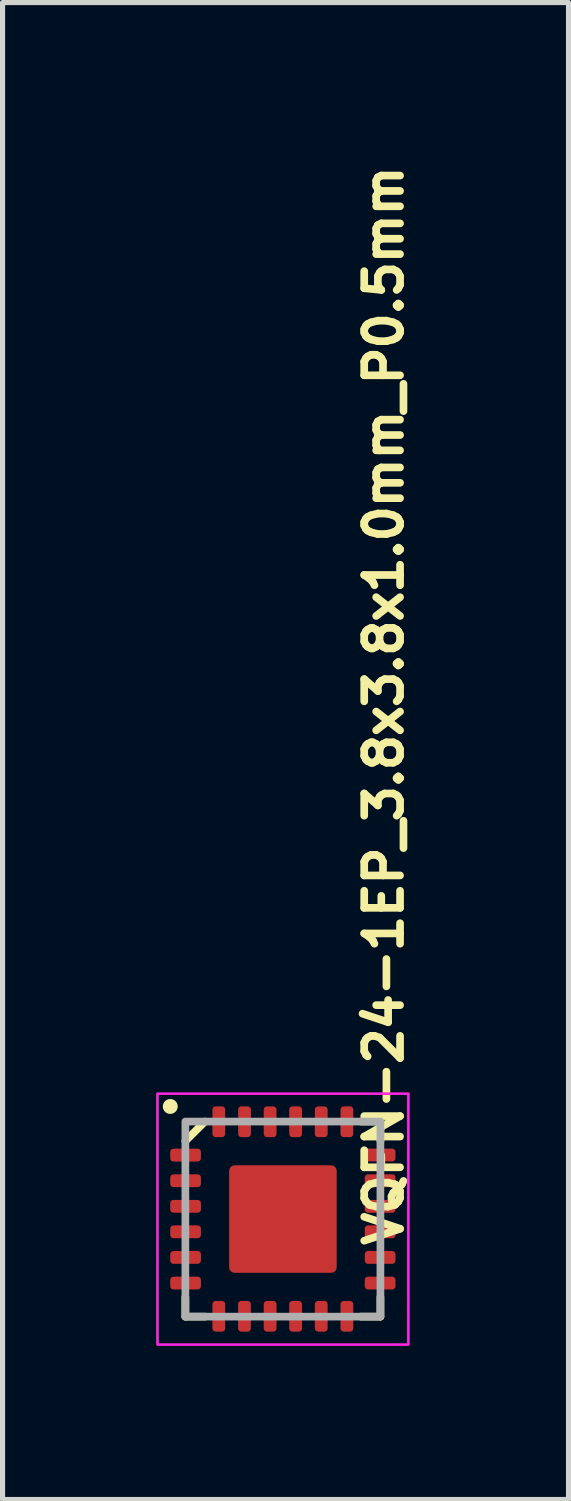
<source format=kicad_pcb>
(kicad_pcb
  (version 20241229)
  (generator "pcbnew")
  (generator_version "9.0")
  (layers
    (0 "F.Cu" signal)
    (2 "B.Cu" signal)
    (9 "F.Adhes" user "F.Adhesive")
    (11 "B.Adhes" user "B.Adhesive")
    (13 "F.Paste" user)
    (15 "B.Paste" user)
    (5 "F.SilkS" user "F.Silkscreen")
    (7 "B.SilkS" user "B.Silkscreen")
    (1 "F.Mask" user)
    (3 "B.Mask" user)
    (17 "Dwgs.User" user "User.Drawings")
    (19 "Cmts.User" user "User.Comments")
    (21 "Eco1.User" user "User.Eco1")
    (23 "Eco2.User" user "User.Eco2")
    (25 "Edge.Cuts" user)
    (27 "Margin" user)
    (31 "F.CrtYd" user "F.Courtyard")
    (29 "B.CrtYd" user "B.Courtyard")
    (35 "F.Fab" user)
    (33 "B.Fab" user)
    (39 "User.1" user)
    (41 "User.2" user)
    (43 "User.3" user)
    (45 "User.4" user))
  (footprint "VQFN-24-1EP_3.8x3.8x1.0mm_P0.5mm"
    (layer "F.Cu")
    (at 2.475 20.757)
    (property "Reference" "VQFN-24-1EP_3.8x3.8x1.0mm_P0.5mm" (at 2.381 0.587 270) (layer "F.SilkS") (effects (font (size 0.7 0.7) (thickness 0.15)) (justify left bottom)))
    (attr smd)
    (fp_line (start -1.905 -1.524) (end -1.524 -1.905) (stroke (width 0.15) (type solid)) (layer "F.SilkS"))
    (fp_line (start -1.905 1.523) (end -1.905 1.904) (stroke (width 0.15) (type solid)) (layer "F.SilkS"))
    (fp_line (start -1.905 1.904) (end -1.524 1.904) (stroke (width 0.15) (type solid)) (layer "F.SilkS"))
    (fp_line (start 1.523 1.904) (end 1.904 1.904) (stroke (width 0.15) (type solid)) (layer "F.SilkS"))
    (fp_line (start 1.904 -1.905) (end 1.523 -1.905) (stroke (width 0.15) (type solid)) (layer "F.SilkS"))
    (fp_line (start 1.904 -1.524) (end 1.904 -1.905) (stroke (width 0.15) (type solid)) (layer "F.SilkS"))
    (fp_line (start 1.904 1.904) (end 1.904 1.523) (stroke (width 0.15) (type solid)) (layer "F.SilkS"))
    (fp_circle (center -2.2 -2.2) (end -2.15 -2.15) (stroke (width 0.15) (type solid)) (fill yes) (layer "F.SilkS"))
    (fp_rect (start -2.45 -2.45) (end 2.45 2.45) (stroke (width 0.05) (type solid)) (fill no) (layer "F.CrtYd"))
    (fp_rect (start -1.905 1.904) (end 1.904 -1.905) (stroke (width 0.15) (type solid)) (fill no) (layer "F.Fab"))
    (fp_rect (start -2 -2) (end 1.999 1.999) (stroke (width 0.1) (type solid)) (fill no) (layer "User.5"))
    (fp_line (start -2 -2) (end -2 1.999) (stroke (width 0.02) (type solid)) (layer "User.9"))
    (fp_line (start -2 1.999) (end 1.999 1.999) (stroke (width 0.02) (type solid)) (layer "User.9"))
    (fp_line (start -1.651 -1.418) (end -1.651 -1.41) (stroke (width 0.02) (type solid)) (layer "User.9"))
    (fp_line (start -1.651 -1.41) (end -1.651 -1.401) (stroke (width 0.02) (type solid)) (layer "User.9"))
    (fp_line (start -1.651 -1.401) (end -1.651 -1.385) (stroke (width 0.02) (type solid)) (layer "User.9"))
    (fp_line (start -1.651 -1.385) (end -1.649 -1.367) (stroke (width 0.02) (type solid)) (layer "User.9"))
    (fp_line (start -1.649 -1.434) (end -1.649 -1.426) (stroke (width 0.02) (type solid)) (layer "User.9"))
    (fp_line (start -1.649 -1.426) (end -1.651 -1.418) (stroke (width 0.02) (type solid)) (layer "User.9"))
    (fp_line (start -1.649 -1.367) (end -1.647 -1.351) (stroke (width 0.02) (type solid)) (layer "User.9"))
    (fp_line (start -1.647 -1.45) (end -1.647 -1.442) (stroke (width 0.02) (type solid)) (layer "User.9"))
    (fp_line (start -1.647 -1.442) (end -1.649 -1.434) (stroke (width 0.02) (type solid)) (layer "User.9"))
    (fp_line (start -1.647 -1.351) (end -1.643 -1.335) (stroke (width 0.02) (type solid)) (layer "User.9"))
    (fp_line (start -1.645 -1.458) (end -1.647 -1.45) (stroke (width 0.02) (type solid)) (layer "User.9"))
    (fp_line (start -1.643 -1.466) (end -1.645 -1.458) (stroke (width 0.02) (type solid)) (layer "User.9"))
    (fp_line (start -1.643 -1.335) (end -1.637 -1.321) (stroke (width 0.02) (type solid)) (layer "User.9"))
    (fp_line (start -1.641 -1.474) (end -1.643 -1.466) (stroke (width 0.02) (type solid)) (layer "User.9"))
    (fp_line (start -1.637 -1.482) (end -1.641 -1.474) (stroke (width 0.02) (type solid)) (layer "User.9"))
    (fp_line (start -1.637 -1.321) (end -1.631 -1.305) (stroke (width 0.02) (type solid)) (layer "User.9"))
    (fp_line (start -1.635 -1.49) (end -1.637 -1.482) (stroke (width 0.02) (type solid)) (layer "User.9"))
    (fp_line (start -1.631 -1.496) (end -1.635 -1.49) (stroke (width 0.02) (type solid)) (layer "User.9"))
    (fp_line (start -1.631 -1.305) (end -1.625 -1.291) (stroke (width 0.02) (type solid)) (layer "User.9"))
    (fp_line (start -1.629 -1.504) (end -1.631 -1.496) (stroke (width 0.02) (type solid)) (layer "User.9"))
    (fp_line (start -1.625 -1.512) (end -1.629 -1.504) (stroke (width 0.02) (type solid)) (layer "User.9"))
    (fp_line (start -1.625 -1.291) (end -1.617 -1.276) (stroke (width 0.02) (type solid)) (layer "User.9"))
    (fp_line (start -1.621 -1.518) (end -1.625 -1.512) (stroke (width 0.02) (type solid)) (layer "User.9"))
    (fp_line (start -1.617 -1.526) (end -1.621 -1.518) (stroke (width 0.02) (type solid)) (layer "User.9"))
    (fp_line (start -1.617 -1.276) (end -1.609 -1.262) (stroke (width 0.02) (type solid)) (layer "User.9"))
    (fp_line (start -1.613 -1.532) (end -1.617 -1.526) (stroke (width 0.02) (type solid)) (layer "User.9"))
    (fp_line (start -1.609 -1.539) (end -1.613 -1.532) (stroke (width 0.02) (type solid)) (layer "User.9"))
    (fp_line (start -1.609 -1.262) (end -1.599 -1.25) (stroke (width 0.02) (type solid)) (layer "User.9"))
    (fp_line (start -1.605 -1.547) (end -1.609 -1.539) (stroke (width 0.02) (type solid)) (layer "User.9"))
    (fp_line (start -1.599 -1.553) (end -1.605 -1.547) (stroke (width 0.02) (type solid)) (layer "User.9"))
    (fp_line (start -1.599 -1.25) (end -1.589 -1.236) (stroke (width 0.02) (type solid)) (layer "User.9"))
    (fp_line (start -1.595 -1.559) (end -1.599 -1.553) (stroke (width 0.02) (type solid)) (layer "User.9"))
    (fp_line (start -1.589 -1.565) (end -1.595 -1.559) (stroke (width 0.02) (type solid)) (layer "User.9"))
    (fp_line (start -1.589 -1.236) (end -1.579 -1.224) (stroke (width 0.02) (type solid)) (layer "User.9"))
    (fp_line (start -1.583 -1.571) (end -1.589 -1.565) (stroke (width 0.02) (type solid)) (layer "User.9"))
    (fp_line (start -1.579 -1.577) (end -1.583 -1.571) (stroke (width 0.02) (type solid)) (layer "User.9"))
    (fp_line (start -1.579 -1.224) (end -1.567 -1.214) (stroke (width 0.02) (type solid)) (layer "User.9"))
    (fp_line (start -1.573 -1.583) (end -1.579 -1.577) (stroke (width 0.02) (type solid)) (layer "User.9"))
    (fp_line (start -1.567 -1.589) (end -1.573 -1.583) (stroke (width 0.02) (type solid)) (layer "User.9"))
    (fp_line (start -1.567 -1.214) (end -1.553 -1.202) (stroke (width 0.02) (type solid)) (layer "User.9"))
    (fp_line (start -1.561 -1.593) (end -1.567 -1.589) (stroke (width 0.02) (type solid)) (layer "User.9"))
    (fp_line (start -1.553 -1.599) (end -1.561 -1.593) (stroke (width 0.02) (type solid)) (layer "User.9"))
    (fp_line (start -1.553 -1.202) (end -1.541 -1.194) (stroke (width 0.02) (type solid)) (layer "User.9"))
    (fp_line (start -1.547 -1.603) (end -1.553 -1.599) (stroke (width 0.02) (type solid)) (layer "User.9"))
    (fp_line (start -1.541 -1.609) (end -1.547 -1.603) (stroke (width 0.02) (type solid)) (layer "User.9"))
    (fp_line (start -1.541 -1.194) (end -1.526 -1.184) (stroke (width 0.02) (type solid)) (layer "User.9"))
    (fp_line (start -1.534 -1.613) (end -1.541 -1.609) (stroke (width 0.02) (type solid)) (layer "User.9"))
    (fp_line (start -1.526 -1.617) (end -1.534 -1.613) (stroke (width 0.02) (type solid)) (layer "User.9"))
    (fp_line (start -1.526 -1.617) (end -1.526 -1.617) (stroke (width 0.02) (type solid)) (layer "User.9"))
    (fp_line (start -1.526 -1.184) (end -1.526 -1.184) (stroke (width 0.02) (type solid)) (layer "User.9"))
    (fp_line (start -1.526 -1.184) (end -1.512 -1.176) (stroke (width 0.02) (type solid)) (layer "User.9"))
    (fp_line (start -1.512 -1.625) (end -1.526 -1.617) (stroke (width 0.02) (type solid)) (layer "User.9"))
    (fp_line (start -1.512 -1.176) (end -1.496 -1.17) (stroke (width 0.02) (type solid)) (layer "User.9"))
    (fp_line (start -1.496 -1.633) (end -1.512 -1.625) (stroke (width 0.02) (type solid)) (layer "User.9"))
    (fp_line (start -1.496 -1.17) (end -1.48 -1.164) (stroke (width 0.02) (type solid)) (layer "User.9"))
    (fp_line (start -1.48 -1.637) (end -1.496 -1.633) (stroke (width 0.02) (type solid)) (layer "User.9"))
    (fp_line (start -1.48 -1.164) (end -1.466 -1.16) (stroke (width 0.02) (type solid)) (layer "User.9"))
    (fp_line (start -1.466 -1.643) (end -1.48 -1.637) (stroke (width 0.02) (type solid)) (layer "User.9"))
    (fp_line (start -1.466 -1.16) (end -1.45 -1.156) (stroke (width 0.02) (type solid)) (layer "User.9"))
    (fp_line (start -1.45 -1.647) (end -1.466 -1.643) (stroke (width 0.02) (type solid)) (layer "User.9"))
    (fp_line (start -1.45 -1.156) (end -1.434 -1.154) (stroke (width 0.02) (type solid)) (layer "User.9"))
    (fp_line (start -1.434 -1.649) (end -1.45 -1.647) (stroke (width 0.02) (type solid)) (layer "User.9"))
    (fp_line (start -1.434 -1.154) (end -1.418 -1.151) (stroke (width 0.02) (type solid)) (layer "User.9"))
    (fp_line (start -1.418 -1.651) (end -1.434 -1.649) (stroke (width 0.02) (type solid)) (layer "User.9"))
    (fp_line (start -1.418 -1.151) (end -1.401 -1.151) (stroke (width 0.02) (type solid)) (layer "User.9"))
    (fp_line (start -1.401 -1.651) (end -1.418 -1.651) (stroke (width 0.02) (type solid)) (layer "User.9"))
    (fp_line (start -1.401 -1.151) (end -1.385 -1.151) (stroke (width 0.02) (type solid)) (layer "User.9"))
    (fp_line (start -1.385 -1.651) (end -1.401 -1.651) (stroke (width 0.02) (type solid)) (layer "User.9"))
    (fp_line (start -1.385 -1.151) (end -1.369 -1.154) (stroke (width 0.02) (type solid)) (layer "User.9"))
    (fp_line (start -1.369 -1.649) (end -1.385 -1.651) (stroke (width 0.02) (type solid)) (layer "User.9"))
    (fp_line (start -1.369 -1.154) (end -1.353 -1.156) (stroke (width 0.02) (type solid)) (layer "User.9"))
    (fp_line (start -1.353 -1.647) (end -1.369 -1.649) (stroke (width 0.02) (type solid)) (layer "User.9"))
    (fp_line (start -1.353 -1.156) (end -1.337 -1.16) (stroke (width 0.02) (type solid)) (layer "User.9"))
    (fp_line (start -1.337 -1.643) (end -1.353 -1.647) (stroke (width 0.02) (type solid)) (layer "User.9"))
    (fp_line (start -1.337 -1.16) (end -1.321 -1.164) (stroke (width 0.02) (type solid)) (layer "User.9"))
    (fp_line (start -1.321 -1.637) (end -1.337 -1.643) (stroke (width 0.02) (type solid)) (layer "User.9"))
    (fp_line (start -1.321 -1.164) (end -1.305 -1.17) (stroke (width 0.02) (type solid)) (layer "User.9"))
    (fp_line (start -1.305 -1.633) (end -1.321 -1.637) (stroke (width 0.02) (type solid)) (layer "User.9"))
    (fp_line (start -1.305 -1.17) (end -1.291 -1.176) (stroke (width 0.02) (type solid)) (layer "User.9"))
    (fp_line (start -1.291 -1.625) (end -1.305 -1.633) (stroke (width 0.02) (type solid)) (layer "User.9"))
    (fp_line (start -1.291 -1.176) (end -1.276 -1.184) (stroke (width 0.02) (type solid)) (layer "User.9"))
    (fp_line (start -1.276 -1.617) (end -1.291 -1.625) (stroke (width 0.02) (type solid)) (layer "User.9"))
    (fp_line (start -1.276 -1.617) (end -1.276 -1.617) (stroke (width 0.02) (type solid)) (layer "User.9"))
    (fp_line (start -1.276 -1.184) (end -1.276 -1.184) (stroke (width 0.02) (type solid)) (layer "User.9"))
    (fp_line (start -1.276 -1.184) (end -1.268 -1.188) (stroke (width 0.02) (type solid)) (layer "User.9"))
    (fp_line (start -1.268 -1.188) (end -1.262 -1.194) (stroke (width 0.02) (type solid)) (layer "User.9"))
    (fp_line (start -1.262 -1.609) (end -1.276 -1.617) (stroke (width 0.02) (type solid)) (layer "User.9"))
    (fp_line (start -1.262 -1.194) (end -1.256 -1.198) (stroke (width 0.02) (type solid)) (layer "User.9"))
    (fp_line (start -1.256 -1.198) (end -1.248 -1.202) (stroke (width 0.02) (type solid)) (layer "User.9"))
    (fp_line (start -1.248 -1.599) (end -1.262 -1.609) (stroke (width 0.02) (type solid)) (layer "User.9"))
    (fp_line (start -1.248 -1.202) (end -1.242 -1.208) (stroke (width 0.02) (type solid)) (layer "User.9"))
    (fp_line (start -1.242 -1.208) (end -1.236 -1.214) (stroke (width 0.02) (type solid)) (layer "User.9"))
    (fp_line (start -1.236 -1.589) (end -1.248 -1.599) (stroke (width 0.02) (type solid)) (layer "User.9"))
    (fp_line (start -1.236 -1.214) (end -1.23 -1.218) (stroke (width 0.02) (type solid)) (layer "User.9"))
    (fp_line (start -1.23 -1.218) (end -1.224 -1.224) (stroke (width 0.02) (type solid)) (layer "User.9"))
    (fp_line (start -1.224 -1.577) (end -1.236 -1.589) (stroke (width 0.02) (type solid)) (layer "User.9"))
    (fp_line (start -1.224 -1.224) (end -1.218 -1.23) (stroke (width 0.02) (type solid)) (layer "User.9"))
    (fp_line (start -1.218 -1.23) (end -1.212 -1.236) (stroke (width 0.02) (type solid)) (layer "User.9"))
    (fp_line (start -1.212 -1.565) (end -1.224 -1.577) (stroke (width 0.02) (type solid)) (layer "User.9"))
    (fp_line (start -1.212 -1.236) (end -1.208 -1.242) (stroke (width 0.02) (type solid)) (layer "User.9"))
    (fp_line (start -1.208 -1.242) (end -1.202 -1.25) (stroke (width 0.02) (type solid)) (layer "User.9"))
    (fp_line (start -1.202 -1.553) (end -1.212 -1.565) (stroke (width 0.02) (type solid)) (layer "User.9"))
    (fp_line (start -1.202 -1.25) (end -1.198 -1.256) (stroke (width 0.02) (type solid)) (layer "User.9"))
    (fp_line (start -1.198 -1.256) (end -1.194 -1.262) (stroke (width 0.02) (type solid)) (layer "User.9"))
    (fp_line (start -1.194 -1.539) (end -1.202 -1.553) (stroke (width 0.02) (type solid)) (layer "User.9"))
    (fp_line (start -1.194 -1.262) (end -1.188 -1.27) (stroke (width 0.02) (type solid)) (layer "User.9"))
    (fp_line (start -1.188 -1.27) (end -1.184 -1.276) (stroke (width 0.02) (type solid)) (layer "User.9"))
    (fp_line (start -1.184 -1.526) (end -1.194 -1.539) (stroke (width 0.02) (type solid)) (layer "User.9"))
    (fp_line (start -1.184 -1.276) (end -1.18 -1.283) (stroke (width 0.02) (type solid)) (layer "User.9"))
    (fp_line (start -1.18 -1.283) (end -1.176 -1.291) (stroke (width 0.02) (type solid)) (layer "User.9"))
    (fp_line (start -1.176 -1.512) (end -1.184 -1.526) (stroke (width 0.02) (type solid)) (layer "User.9"))
    (fp_line (start -1.176 -1.291) (end -1.174 -1.297) (stroke (width 0.02) (type solid)) (layer "User.9"))
    (fp_line (start -1.174 -1.297) (end -1.17 -1.305) (stroke (width 0.02) (type solid)) (layer "User.9"))
    (fp_line (start -1.17 -1.496) (end -1.176 -1.512) (stroke (width 0.02) (type solid)) (layer "User.9"))
    (fp_line (start -1.17 -1.305) (end -1.168 -1.313) (stroke (width 0.02) (type solid)) (layer "User.9"))
    (fp_line (start -1.168 -1.313) (end -1.164 -1.321) (stroke (width 0.02) (type solid)) (layer "User.9"))
    (fp_line (start -1.164 -1.482) (end -1.17 -1.496) (stroke (width 0.02) (type solid)) (layer "User.9"))
    (fp_line (start -1.164 -1.321) (end -1.162 -1.327) (stroke (width 0.02) (type solid)) (layer "User.9"))
    (fp_line (start -1.162 -1.327) (end -1.16 -1.335) (stroke (width 0.02) (type solid)) (layer "User.9"))
    (fp_line (start -1.16 -1.466) (end -1.164 -1.482) (stroke (width 0.02) (type solid)) (layer "User.9"))
    (fp_line (start -1.16 -1.335) (end -1.158 -1.343) (stroke (width 0.02) (type solid)) (layer "User.9"))
    (fp_line (start -1.158 -1.343) (end -1.156 -1.351) (stroke (width 0.02) (type solid)) (layer "User.9"))
    (fp_line (start -1.156 -1.45) (end -1.16 -1.466) (stroke (width 0.02) (type solid)) (layer "User.9"))
    (fp_line (start -1.156 -1.351) (end -1.154 -1.359) (stroke (width 0.02) (type solid)) (layer "User.9"))
    (fp_line (start -1.154 -1.434) (end -1.156 -1.45) (stroke (width 0.02) (type solid)) (layer "User.9"))
    (fp_line (start -1.154 -1.367) (end -1.153 -1.377) (stroke (width 0.02) (type solid)) (layer "User.9"))
    (fp_line (start -1.154 -1.359) (end -1.154 -1.367) (stroke (width 0.02) (type solid)) (layer "User.9"))
    (fp_line (start -1.153 -1.377) (end -1.151 -1.385) (stroke (width 0.02) (type solid)) (layer "User.9"))
    (fp_line (start -1.151 -1.418) (end -1.154 -1.434) (stroke (width 0.02) (type solid)) (layer "User.9"))
    (fp_line (start -1.151 -1.401) (end -1.151 -1.418) (stroke (width 0.02) (type solid)) (layer "User.9"))
    (fp_line (start -1.151 -1.393) (end -1.151 -1.401) (stroke (width 0.02) (type solid)) (layer "User.9"))
    (fp_line (start -1.151 -1.385) (end -1.151 -1.393) (stroke (width 0.02) (type solid)) (layer "User.9"))
    (fp_line (start 1.999 -2) (end -2 -2) (stroke (width 0.02) (type solid)) (layer "User.9"))
    (fp_line (start 1.999 1.999) (end 1.999 -2) (stroke (width 0.02) (type solid)) (layer "User.9"))
    (pad "1" smd roundrect (at -1.901 -1.25 90) (size 0.25 0.6) (layers "F.Cu" "F.Mask" "F.Paste") (roundrect_rratio 0.25))
    (pad "2" smd roundrect (at -1.901 -0.75 90) (size 0.25 0.6) (layers "F.Cu" "F.Mask" "F.Paste") (roundrect_rratio 0.25))
    (pad "3" smd roundrect (at -1.901 -0.25 90) (size 0.25 0.6) (layers "F.Cu" "F.Mask" "F.Paste") (roundrect_rratio 0.25))
    (pad "4" smd roundrect (at -1.901 0.248 90) (size 0.25 0.6) (layers "F.Cu" "F.Mask" "F.Paste") (roundrect_rratio 0.25))
    (pad "5" smd roundrect (at -1.901 0.748 90) (size 0.25 0.6) (layers "F.Cu" "F.Mask" "F.Paste") (roundrect_rratio 0.25))
    (pad "6" smd roundrect (at -1.901 1.249 90) (size 0.25 0.6) (layers "F.Cu" "F.Mask" "F.Paste") (roundrect_rratio 0.25))
    (pad "7" smd roundrect (at -1.252 1.898 180) (size 0.25 0.6) (layers "F.Cu" "F.Mask" "F.Paste") (roundrect_rratio 0.25))
    (pad "8" smd roundrect (at -0.751 1.898 180) (size 0.25 0.6) (layers "F.Cu" "F.Mask" "F.Paste") (roundrect_rratio 0.25))
    (pad "9" smd roundrect (at -0.25 1.898 180) (size 0.25 0.6) (layers "F.Cu" "F.Mask" "F.Paste") (roundrect_rratio 0.25))
    (pad "10" smd roundrect (at 0.248 1.898 180) (size 0.25 0.6) (layers "F.Cu" "F.Mask" "F.Paste") (roundrect_rratio 0.25))
    (pad "11" smd roundrect (at 0.748 1.898 180) (size 0.25 0.6) (layers "F.Cu" "F.Mask" "F.Paste") (roundrect_rratio 0.25))
    (pad "12" smd roundrect (at 1.249 1.898 180) (size 0.25 0.6) (layers "F.Cu" "F.Mask" "F.Paste") (roundrect_rratio 0.25))
    (pad "13" smd roundrect (at 1.898 1.249 270) (size 0.25 0.6) (layers "F.Cu" "F.Mask" "F.Paste") (roundrect_rratio 0.25))
    (pad "14" smd roundrect (at 1.898 0.748 270) (size 0.25 0.6) (layers "F.Cu" "F.Mask" "F.Paste") (roundrect_rratio 0.25))
    (pad "15" smd roundrect (at 1.898 0.248 270) (size 0.25 0.6) (layers "F.Cu" "F.Mask" "F.Paste") (roundrect_rratio 0.25))
    (pad "16" smd roundrect (at 1.898 -0.25 270) (size 0.25 0.6) (layers "F.Cu" "F.Mask" "F.Paste") (roundrect_rratio 0.25))
    (pad "17" smd roundrect (at 1.898 -0.75 270) (size 0.25 0.6) (layers "F.Cu" "F.Mask" "F.Paste") (roundrect_rratio 0.25))
    (pad "18" smd roundrect (at 1.898 -1.252 270) (size 0.25 0.6) (layers "F.Cu" "F.Mask" "F.Paste") (roundrect_rratio 0.25))
    (pad "19" smd roundrect (at 1.249 -1.901) (size 0.25 0.6) (layers "F.Cu" "F.Mask" "F.Paste") (roundrect_rratio 0.25))
    (pad "20" smd roundrect (at 0.748 -1.901) (size 0.25 0.6) (layers "F.Cu" "F.Mask" "F.Paste") (roundrect_rratio 0.25))
    (pad "21" smd roundrect (at 0.248 -1.901) (size 0.25 0.6) (layers "F.Cu" "F.Mask" "F.Paste") (roundrect_rratio 0.25))
    (pad "22" smd roundrect (at -0.25 -1.901) (size 0.25 0.6) (layers "F.Cu" "F.Mask" "F.Paste") (roundrect_rratio 0.25))
    (pad "23" smd roundrect (at -0.75 -1.901) (size 0.25 0.6) (layers "F.Cu" "F.Mask" "F.Paste") (roundrect_rratio 0.25))
    (pad "24" smd roundrect (at -1.252 -1.901) (size 0.25 0.6) (layers "F.Cu" "F.Mask" "F.Paste") (roundrect_rratio 0.25))
    (pad "25" smd roundrect (at 0 -0.001) (size 2.1 2.1) (layers "F.Cu" "F.Mask" "F.Paste") (roundrect_rratio 0.05)))
  (gr_rect
    (start -3 -3)
    (end 8.052 26.232)
    (stroke (width 0.1) (type default))
    (fill no)
    (layer "Edge.Cuts")))
</source>
